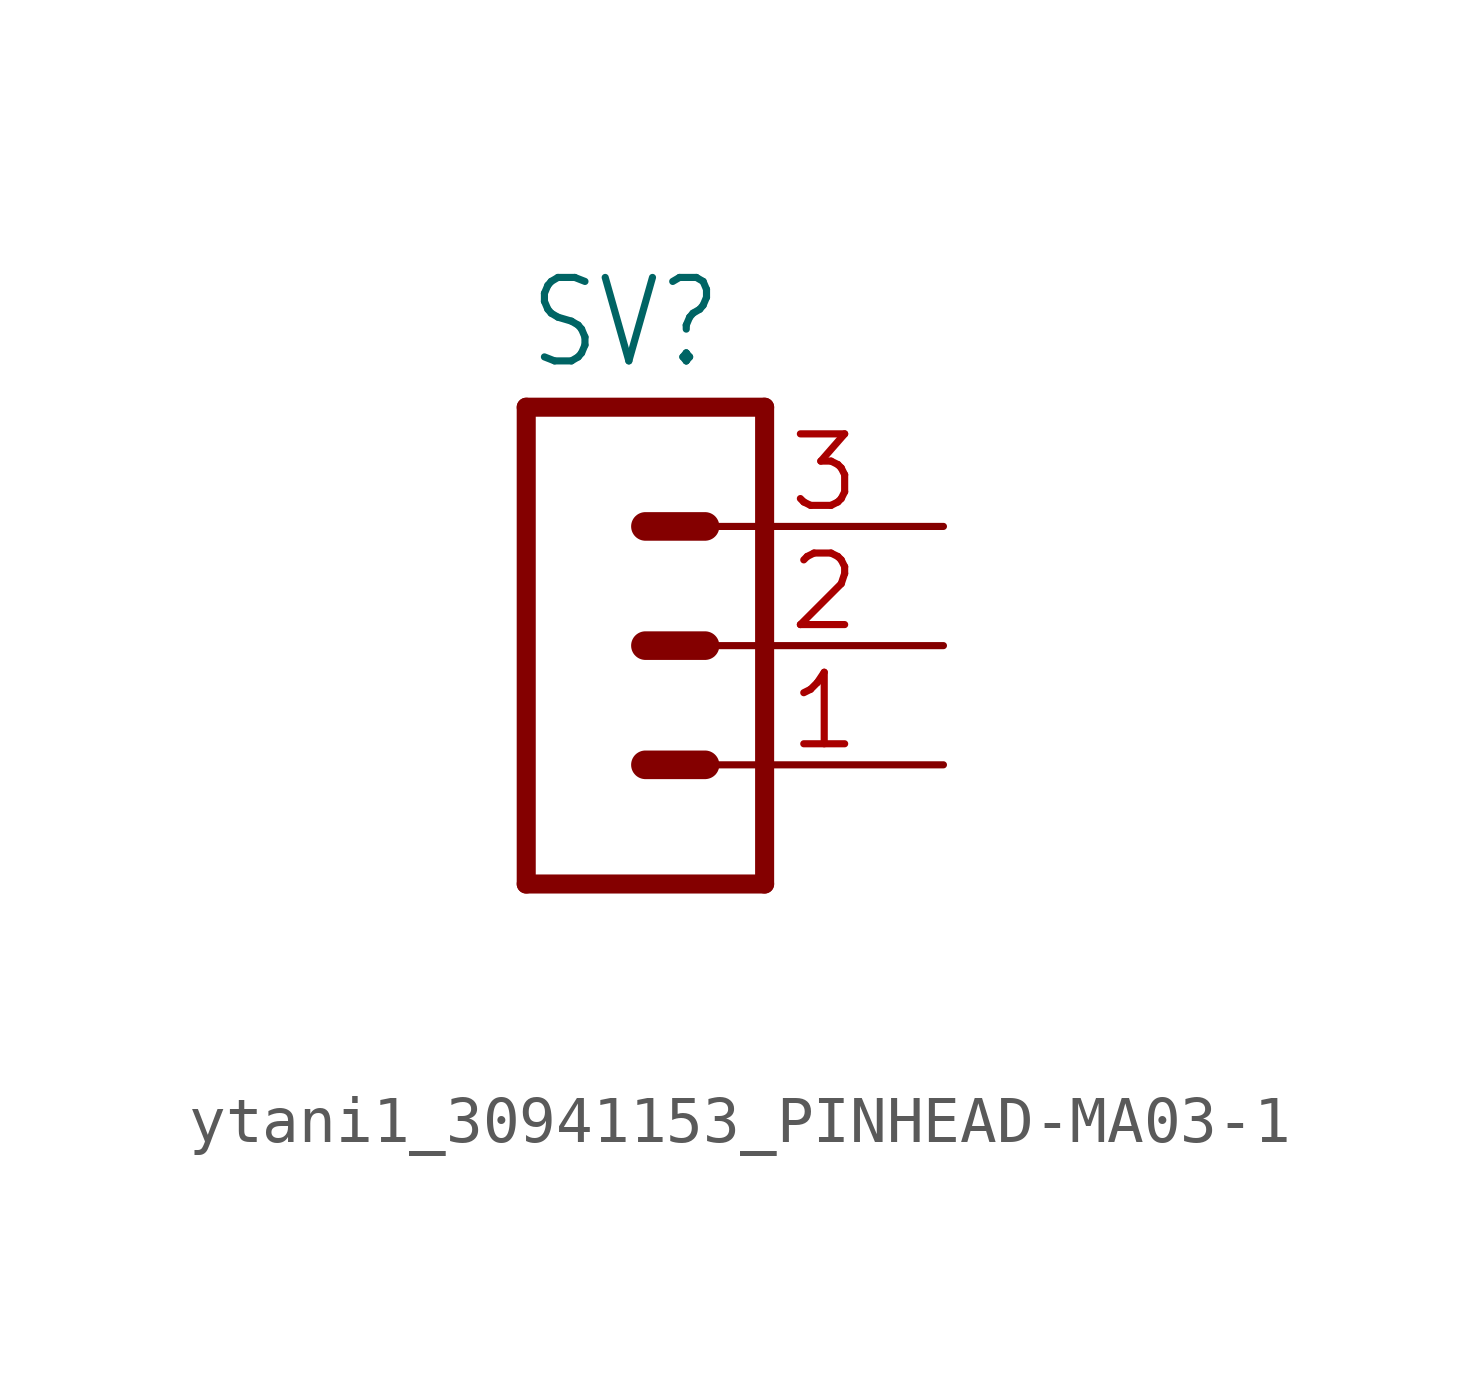
<source format=kicad_sym>
(kicad_symbol_lib
  (version 20241209)
  (generator "kicad_symbol_editor")
  (generator_version "9.0")
  (symbol "ytani1_30941153_PINHEAD-MA03-1"
    (property "Reference" "SV"
      (at -1.27 8.382 0)
      (effects (font (size 1.778 1.511)) (justify left bottom)))
    (property "Value" ""
      (at -1.27 -5.08 0)
      (effects (font (size 1.778 1.511)) (justify left bottom)))
    (property "ki_locked" ""
      (at 0 0 0)
      (effects (font (size 1.27 1.27))))
    (symbol "ytani1_30941153_PINHEAD-MA03-1_1_0"
      (polyline (pts (xy -1.27 7.62) (xy -1.27 -2.54)) (stroke (width 0.406) (type solid)) (fill (type none)))
      (polyline (pts (xy -1.27 7.62) (xy 3.81 7.62)) (stroke (width 0.406) (type solid)) (fill (type none)))
      (polyline (pts (xy 1.27 5.08) (xy 2.54 5.08)) (stroke (width 0.61) (type solid)) (fill (type none)))
      (polyline (pts (xy 1.27 2.54) (xy 2.54 2.54)) (stroke (width 0.61) (type solid)) (fill (type none)))
      (polyline (pts (xy 1.27 0) (xy 2.54 0)) (stroke (width 0.61) (type solid)) (fill (type none)))
      (polyline (pts (xy 3.81 -2.54) (xy -1.27 -2.54)) (stroke (width 0.406) (type solid)) (fill (type none)))
      (polyline (pts (xy 3.81 -2.54) (xy 3.81 7.62)) (stroke (width 0.406) (type solid)) (fill (type none)))
      (pin passive line (at 7.62 5.08 180) (length 5.08) (name "3" (effects (font (size 0 0)))) (number "3" (effects (font (size 1.524 1.524)))))
      (pin passive line (at 7.62 2.54 180) (length 5.08) (name "2" (effects (font (size 0 0)))) (number "2" (effects (font (size 1.524 1.524)))))
      (pin passive line (at 7.62 0 180) (length 5.08) (name "1" (effects (font (size 0 0)))) (number "1" (effects (font (size 1.524 1.524))))))))
</source>
